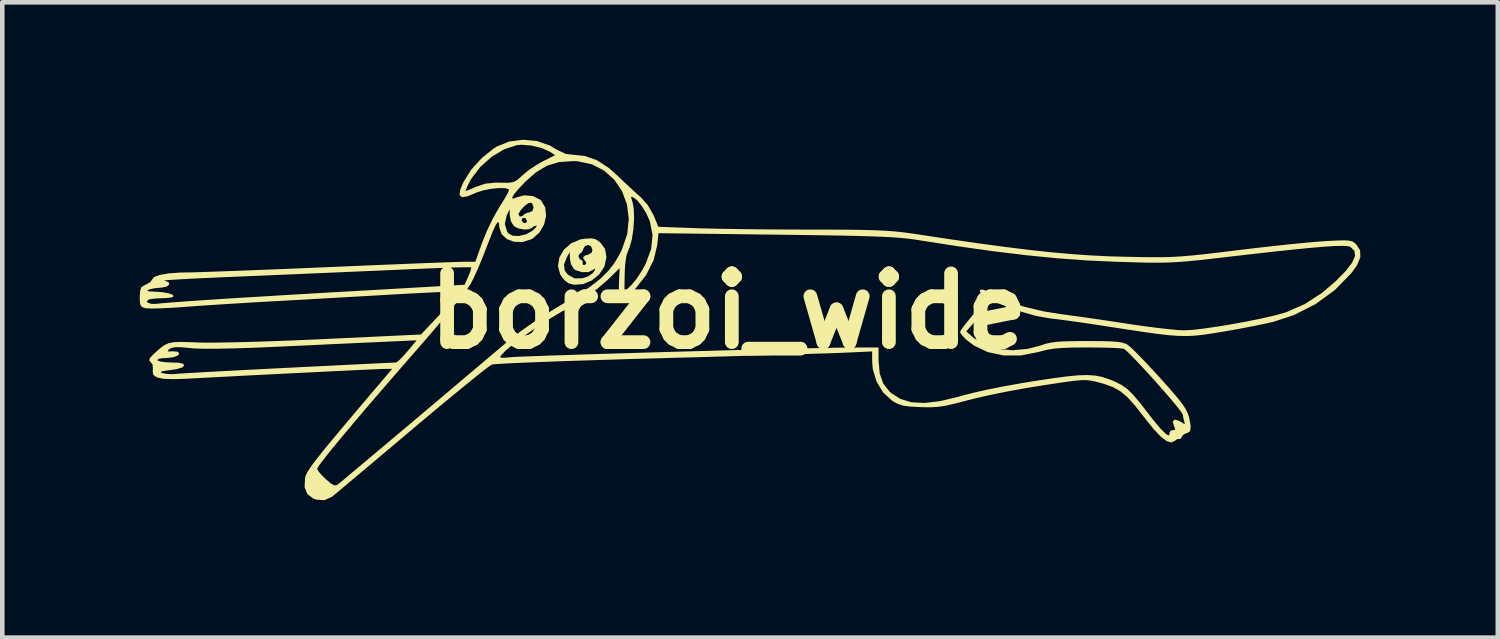
<source format=kicad_pcb>
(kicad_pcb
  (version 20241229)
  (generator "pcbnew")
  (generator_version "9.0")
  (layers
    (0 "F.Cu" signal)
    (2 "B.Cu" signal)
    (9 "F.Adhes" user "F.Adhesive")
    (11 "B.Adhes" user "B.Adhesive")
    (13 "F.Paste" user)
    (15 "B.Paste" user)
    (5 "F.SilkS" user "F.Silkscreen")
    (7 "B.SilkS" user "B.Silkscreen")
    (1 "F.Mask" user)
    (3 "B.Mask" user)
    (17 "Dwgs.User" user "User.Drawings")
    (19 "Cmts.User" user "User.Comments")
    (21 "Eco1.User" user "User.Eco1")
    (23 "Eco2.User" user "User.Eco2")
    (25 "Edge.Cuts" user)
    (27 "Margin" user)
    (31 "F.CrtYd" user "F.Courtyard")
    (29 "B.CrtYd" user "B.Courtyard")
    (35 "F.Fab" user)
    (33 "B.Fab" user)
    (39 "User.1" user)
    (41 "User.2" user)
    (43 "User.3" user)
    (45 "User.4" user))
  (footprint "borzoi_wide"
    (layer "F.Cu")
    (at 12.852 3.739)
    (property "Reference" "borzoi_wide" (at 0 0 0) (layer "F.SilkS") (effects (font (size 1.5 1.5) (thickness 0.3))))
    (attr board_only exclude_from_pos_files exclude_from_bom)
    (fp_poly (pts (xy -2.893 -1.564) (xy -2.808 -1.502) (xy -2.787 -1.481) (xy -2.696 -1.355) (xy -2.667 -1.196) (xy -2.666 -1.17) (xy -2.708 -0.974) (xy -2.821 -0.802) (xy -2.983 -0.669) (xy -3.174 -0.588) (xy -3.373 -0.574) (xy -3.494 -0.606) (xy -3.585 -0.677) (xy -3.669 -0.79) (xy -3.675 -0.8) (xy -3.723 -0.985) (xy -3.719 -1.011) (xy -3.593 -1.011) (xy -3.574 -0.882) (xy -3.508 -0.795) (xy -3.365 -0.714) (xy -3.188 -0.715) (xy -3.069 -0.755) (xy -2.971 -0.821) (xy -2.923 -0.883) (xy -2.912 -0.932) (xy -2.951 -0.903) (xy -2.954 -0.9) (xy -3.06 -0.851) (xy -3.202 -0.849) (xy -3.335 -0.89) (xy -3.376 -0.919) (xy -3.439 -1.021) (xy -3.463 -1.142) (xy -3.464 -1.193) (xy -3.274 -1.193) (xy -3.249 -1.131) (xy -3.228 -1.123) (xy -3.186 -1.096) (xy -3.186 -1.088) (xy -3.181 -1.008) (xy -3.133 -1.006) (xy -3.13 -1.008) (xy -3.104 -1.055) (xy -3.13 -1.091) (xy -3.178 -1.165) (xy -3.137 -1.21) (xy -3.076 -1.225) (xy -2.988 -1.271) (xy -2.97 -1.333) (xy -3.002 -1.416) (xy -3.073 -1.443) (xy -3.142 -1.409) (xy -3.166 -1.361) (xy -3.203 -1.283) (xy -3.233 -1.263) (xy -3.27 -1.225) (xy -3.274 -1.193) (xy -3.464 -1.193) (xy -3.465 -1.286) (xy -3.532 -1.169) (xy -3.593 -1.011) (xy -3.719 -1.011) (xy -3.692 -1.171) (xy -3.592 -1.341) (xy -3.437 -1.477) (xy -3.239 -1.562) (xy -3.14 -1.579) (xy -2.99 -1.587)) (stroke (width 0) (type solid)) (fill yes) (layer "F.SilkS"))
    (fp_poly (pts (xy -4.182 -3.71) (xy -3.901 -3.614) (xy -3.757 -3.526) (xy -3.555 -3.43) (xy -3.426 -3.415) (xy -3.135 -3.385) (xy -2.869 -3.29) (xy -2.609 -3.12) (xy -2.423 -2.954) (xy -2.258 -2.796) (xy -2.093 -2.643) (xy -1.958 -2.521) (xy -1.92 -2.489) (xy -1.764 -2.315) (xy -1.641 -2.1) (xy -1.635 -2.087) (xy -1.532 -1.839) (xy -0.689 -1.808) (xy -0.43 -1.801) (xy -0.098 -1.794) (xy 0.29 -1.788) (xy 0.714 -1.783) (xy 1.155 -1.78) (xy 1.594 -1.778) (xy 1.803 -1.778) (xy 2.263 -1.777) (xy 2.643 -1.775) (xy 2.955 -1.77) (xy 3.215 -1.763) (xy 3.434 -1.752) (xy 3.627 -1.738) (xy 3.806 -1.719) (xy 3.985 -1.695) (xy 4.076 -1.682) (xy 4.809 -1.571) (xy 5.461 -1.477) (xy 6.042 -1.399) (xy 6.565 -1.334) (xy 7.04 -1.283) (xy 7.477 -1.244) (xy 7.888 -1.215) (xy 8.284 -1.195) (xy 8.607 -1.186) (xy 8.942 -1.179) (xy 9.22 -1.175) (xy 9.458 -1.175) (xy 9.676 -1.181) (xy 9.893 -1.194) (xy 10.127 -1.214) (xy 10.397 -1.242) (xy 10.723 -1.28) (xy 11.122 -1.329) (xy 11.123 -1.329) (xy 11.504 -1.375) (xy 11.886 -1.418) (xy 12.248 -1.457) (xy 12.575 -1.489) (xy 12.845 -1.513) (xy 13.042 -1.527) (xy 13.046 -1.528) (xy 13.282 -1.539) (xy 13.444 -1.543) (xy 13.55 -1.536) (xy 13.619 -1.518) (xy 13.669 -1.485) (xy 13.699 -1.457) (xy 13.785 -1.325) (xy 13.791 -1.174) (xy 13.716 -0.996) (xy 13.598 -0.832) (xy 13.235 -0.459) (xy 12.809 -0.149) (xy 12.334 0.091) (xy 11.892 0.235) (xy 11.713 0.276) (xy 11.47 0.326) (xy 11.19 0.38) (xy 10.901 0.432) (xy 10.806 0.448) (xy 10.564 0.488) (xy 10.359 0.518) (xy 10.174 0.538) (xy 9.994 0.546) (xy 9.806 0.542) (xy 9.594 0.526) (xy 9.343 0.497) (xy 9.039 0.454) (xy 8.666 0.398) (xy 8.397 0.356) (xy 8.072 0.306) (xy 7.755 0.259) (xy 7.466 0.218) (xy 7.224 0.185) (xy 7.05 0.164) (xy 7.017 0.161) (xy 6.717 0.108) (xy 6.356 0.005) (xy 5.948 -0.144) (xy 5.792 -0.208) (xy 5.714 -0.204) (xy 5.656 -0.132) (xy 5.595 -0.04) (xy 5.495 0.09) (xy 5.393 0.21) (xy 5.188 0.444) (xy 5.355 0.591) (xy 5.587 0.736) (xy 5.874 0.825) (xy 6.195 0.856) (xy 6.529 0.826) (xy 6.802 0.754) (xy 6.921 0.715) (xy 7.043 0.688) (xy 7.186 0.67) (xy 7.37 0.66) (xy 7.615 0.656) (xy 7.831 0.655) (xy 8.124 0.657) (xy 8.339 0.662) (xy 8.492 0.673) (xy 8.597 0.69) (xy 8.672 0.715) (xy 8.712 0.737) (xy 8.784 0.797) (xy 8.905 0.915) (xy 9.063 1.077) (xy 9.245 1.27) (xy 9.42 1.461) (xy 9.632 1.699) (xy 9.789 1.881) (xy 9.901 2.022) (xy 9.975 2.134) (xy 10.023 2.23) (xy 10.053 2.322) (xy 10.056 2.336) (xy 10.088 2.515) (xy 10.075 2.621) (xy 10.016 2.664) (xy 9.989 2.666) (xy 9.921 2.704) (xy 9.897 2.743) (xy 9.86 2.795) (xy 9.84 2.792) (xy 9.79 2.797) (xy 9.744 2.832) (xy 9.665 2.869) (xy 9.563 2.839) (xy 9.432 2.739) (xy 9.268 2.564) (xy 9.066 2.311) (xy 9.055 2.297) (xy 8.865 2.055) (xy 8.704 1.878) (xy 8.553 1.752) (xy 8.393 1.662) (xy 8.205 1.593) (xy 8.085 1.559) (xy 7.982 1.533) (xy 7.892 1.516) (xy 7.8 1.508) (xy 7.689 1.51) (xy 7.545 1.523) (xy 7.353 1.548) (xy 7.097 1.586) (xy 6.803 1.631) (xy 6.461 1.687) (xy 6.103 1.753) (xy 5.757 1.822) (xy 5.451 1.89) (xy 5.219 1.948) (xy 4.952 2.018) (xy 4.748 2.064) (xy 4.577 2.091) (xy 4.412 2.101) (xy 4.226 2.099) (xy 4.186 2.097) (xy 3.971 2.086) (xy 3.821 2.067) (xy 3.708 2.033) (xy 3.604 1.978) (xy 3.56 1.95) (xy 3.371 1.773) (xy 3.229 1.536) (xy 3.148 1.267) (xy 3.135 1.108) (xy 3.134 0.882) (xy 2.491 0.911) (xy 2.337 0.917) (xy 2.099 0.925) (xy 1.786 0.935) (xy 1.407 0.947) (xy 0.971 0.96) (xy 0.488 0.974) (xy -0.034 0.989) (xy -0.585 1.005) (xy -1.155 1.02) (xy -1.604 1.033) (xy -2.166 1.048) (xy -2.703 1.065) (xy -3.207 1.081) (xy -3.67 1.096) (xy -4.085 1.112) (xy -4.444 1.126) (xy -4.74 1.139) (xy -4.964 1.151) (xy -5.11 1.161) (xy -5.168 1.169) (xy -5.226 1.207) (xy -5.348 1.3) (xy -5.525 1.441) (xy -5.751 1.624) (xy -6.017 1.842) (xy -6.317 2.09) (xy -6.642 2.361) (xy -6.933 2.606) (xy -7.271 2.892) (xy -7.59 3.16) (xy -7.881 3.405) (xy -8.136 3.619) (xy -8.349 3.798) (xy -8.511 3.934) (xy -8.616 4.021) (xy -8.654 4.052) (xy -8.821 4.129) (xy -9.002 4.116) (xy -9.061 4.094) (xy -9.195 3.994) (xy -9.254 3.841) (xy -9.243 3.637) (xy -9.227 3.585) (xy -9.195 3.519) (xy -9.148 3.444) (xy -8.98 3.444) (xy -8.948 3.503) (xy -8.866 3.597) (xy -8.791 3.669) (xy -8.676 3.767) (xy -8.602 3.806) (xy -8.546 3.797) (xy -8.522 3.78) (xy -8.47 3.738) (xy -8.355 3.642) (xy -8.184 3.498) (xy -7.965 3.315) (xy -7.706 3.098) (xy -7.416 2.854) (xy -7.101 2.589) (xy -6.946 2.459) (xy -6.6 2.167) (xy -6.255 1.876) (xy -5.923 1.595) (xy -5.614 1.334) (xy -5.339 1.102) (xy -5.219 1.001) (xy -4.985 1.001) (xy -4.965 1.02) (xy -4.882 1.02) (xy -4.745 1.007) (xy -4.652 1.001) (xy -4.475 0.993) (xy -4.222 0.984) (xy -3.903 0.972) (xy -3.527 0.96) (xy -3.103 0.946) (xy -2.64 0.932) (xy -2.148 0.917) (xy -1.634 0.902) (xy -1.109 0.887) (xy -0.581 0.873) (xy -0.06 0.858) (xy 0.445 0.845) (xy 0.926 0.833) (xy 1.373 0.822) (xy 1.777 0.812) (xy 2.128 0.805) (xy 2.419 0.799) (xy 2.64 0.796) (xy 2.748 0.795) (xy 3.274 0.795) (xy 3.274 1.077) (xy 3.299 1.362) (xy 3.377 1.583) (xy 3.516 1.759) (xy 3.55 1.79) (xy 3.752 1.919) (xy 3.991 1.991) (xy 4.275 2.007) (xy 4.614 1.967) (xy 5.017 1.871) (xy 5.088 1.85) (xy 5.332 1.787) (xy 5.645 1.716) (xy 6.006 1.644) (xy 6.392 1.575) (xy 6.689 1.526) (xy 7.076 1.468) (xy 7.385 1.427) (xy 7.632 1.403) (xy 7.832 1.397) (xy 7.998 1.408) (xy 8.147 1.436) (xy 8.292 1.483) (xy 8.433 1.54) (xy 8.578 1.613) (xy 8.708 1.706) (xy 8.839 1.836) (xy 8.992 2.018) (xy 9.095 2.152) (xy 9.288 2.4) (xy 9.44 2.579) (xy 9.549 2.685) (xy 9.612 2.718) (xy 9.628 2.674) (xy 9.624 2.655) (xy 9.651 2.608) (xy 9.693 2.602) (xy 9.748 2.592) (xy 9.734 2.534) (xy 9.726 2.52) (xy 9.696 2.416) (xy 9.733 2.37) (xy 9.825 2.393) (xy 9.858 2.412) (xy 9.94 2.462) (xy 9.962 2.459) (xy 9.947 2.411) (xy 9.92 2.305) (xy 9.917 2.265) (xy 9.886 2.211) (xy 9.803 2.102) (xy 9.679 1.951) (xy 9.526 1.773) (xy 9.355 1.579) (xy 9.178 1.382) (xy 9.007 1.197) (xy 8.854 1.036) (xy 8.731 0.911) (xy 8.648 0.837) (xy 8.626 0.823) (xy 8.555 0.814) (xy 8.41 0.805) (xy 8.206 0.799) (xy 7.964 0.796) (xy 7.825 0.795) (xy 7.521 0.797) (xy 7.288 0.805) (xy 7.105 0.821) (xy 6.95 0.846) (xy 6.801 0.884) (xy 6.765 0.894) (xy 6.38 0.97) (xy 6.007 0.97) (xy 5.66 0.897) (xy 5.355 0.753) (xy 5.181 0.618) (xy 5.097 0.53) (xy 5.054 0.465) (xy 5.052 0.458) (xy 5.08 0.406) (xy 5.156 0.303) (xy 5.265 0.168) (xy 5.309 0.115) (xy 5.449 -0.057) (xy 5.531 -0.177) (xy 5.56 -0.261) (xy 5.544 -0.325) (xy 5.514 -0.361) (xy 5.485 -0.433) (xy 5.493 -0.462) (xy 5.55 -0.47) (xy 5.668 -0.422) (xy 5.745 -0.379) (xy 6.057 -0.228) (xy 6.44 -0.098) (xy 6.87 0.006) (xy 7.25 0.067) (xy 7.475 0.097) (xy 7.766 0.137) (xy 8.095 0.185) (xy 8.435 0.236) (xy 8.71 0.278) (xy 9.017 0.323) (xy 9.314 0.362) (xy 9.581 0.393) (xy 9.797 0.414) (xy 9.941 0.421) (xy 10.125 0.411) (xy 10.379 0.382) (xy 10.68 0.338) (xy 11.006 0.284) (xy 11.336 0.223) (xy 11.649 0.159) (xy 11.921 0.097) (xy 12.132 0.038) (xy 12.174 0.025) (xy 12.576 -0.151) (xy 12.953 -0.396) (xy 13.251 -0.65) (xy 13.472 -0.875) (xy 13.612 -1.058) (xy 13.675 -1.204) (xy 13.66 -1.317) (xy 13.571 -1.4) (xy 13.566 -1.403) (xy 13.505 -1.418) (xy 13.393 -1.423) (xy 13.224 -1.419) (xy 12.993 -1.404) (xy 12.693 -1.378) (xy 12.32 -1.341) (xy 11.867 -1.293) (xy 11.331 -1.232) (xy 11.016 -1.196) (xy 10.623 -1.15) (xy 10.303 -1.114) (xy 10.039 -1.088) (xy 9.81 -1.07) (xy 9.597 -1.059) (xy 9.383 -1.055) (xy 9.147 -1.056) (xy 8.87 -1.063) (xy 8.534 -1.073) (xy 8.443 -1.076) (xy 7.823 -1.104) (xy 7.181 -1.151) (xy 6.501 -1.218) (xy 5.772 -1.306) (xy 4.979 -1.418) (xy 4.179 -1.543) (xy 4.043 -1.564) (xy 3.902 -1.582) (xy 3.747 -1.597) (xy 3.568 -1.61) (xy 3.358 -1.621) (xy 3.107 -1.63) (xy 2.806 -1.639) (xy 2.446 -1.647) (xy 2.018 -1.654) (xy 1.513 -1.661) (xy 1.041 -1.667) (xy -1.529 -1.699) (xy -1.556 -1.441) (xy -1.635 -1.111) (xy -1.799 -0.785) (xy -2.042 -0.476) (xy -2.056 -0.461) (xy -2.205 -0.318) (xy -2.306 -0.253) (xy -2.366 -0.271) (xy -2.393 -0.373) (xy -2.393 -0.421) (xy -2.273 -0.421) (xy -2.116 -0.573) (xy -2.013 -0.696) (xy -1.9 -0.866) (xy -1.81 -1.028) (xy -1.689 -1.354) (xy -1.659 -1.662) (xy -1.718 -1.96) (xy -1.8 -2.141) (xy -1.891 -2.287) (xy -1.985 -2.406) (xy -2.039 -2.454) (xy -2.111 -2.497) (xy -2.128 -2.482) (xy -2.101 -2.395) (xy -2.096 -2.381) (xy -2.068 -2.224) (xy -2.062 -2.011) (xy -2.078 -1.777) (xy -2.112 -1.558) (xy -2.161 -1.387) (xy -2.175 -1.357) (xy -2.229 -1.21) (xy -2.258 -1.009) (xy -2.267 -0.807) (xy -2.273 -0.421) (xy -2.393 -0.421) (xy -2.394 -0.563) (xy -2.393 -0.602) (xy -2.376 -0.937) (xy -2.651 -0.668) (xy -2.877 -0.475) (xy -3.187 -0.26) (xy -3.576 -0.026) (xy -3.882 0.157) (xy -4.18 0.348) (xy -4.454 0.537) (xy -4.688 0.714) (xy -4.868 0.866) (xy -4.959 0.96) (xy -4.985 1.001) (xy -5.219 1.001) (xy -5.112 0.91) (xy -4.942 0.766) (xy -4.915 0.742) (xy -4.545 0.447) (xy -4.147 0.168) (xy -3.69 -0.113) (xy -3.643 -0.14) (xy -3.293 -0.351) (xy -3.014 -0.536) (xy -2.796 -0.706) (xy -2.625 -0.875) (xy -2.487 -1.053) (xy -2.371 -1.253) (xy -2.326 -1.346) (xy -2.212 -1.68) (xy -2.178 -2.011) (xy -2.217 -2.326) (xy -2.324 -2.614) (xy -2.491 -2.863) (xy -2.713 -3.064) (xy -2.983 -3.203) (xy -3.295 -3.269) (xy -3.395 -3.273) (xy -3.701 -3.251) (xy -3.962 -3.172) (xy -4.204 -3.028) (xy -4.432 -2.826) (xy -4.587 -2.664) (xy -4.686 -2.543) (xy -4.726 -2.47) (xy -4.704 -2.449) (xy -4.634 -2.478) (xy -4.459 -2.526) (xy -4.273 -2.51) (xy -4.115 -2.433) (xy -4.091 -2.411) (xy -4.002 -2.262) (xy -3.982 -2.081) (xy -4.025 -1.891) (xy -4.124 -1.718) (xy -4.273 -1.584) (xy -4.306 -1.566) (xy -4.494 -1.506) (xy -4.679 -1.511) (xy -4.839 -1.571) (xy -4.955 -1.68) (xy -5.005 -1.829) (xy -5.005 -1.848) (xy -5.01 -1.899) (xy -4.883 -1.899) (xy -4.833 -1.734) (xy -4.807 -1.696) (xy -4.712 -1.644) (xy -4.571 -1.639) (xy -4.416 -1.676) (xy -4.28 -1.753) (xy -4.28 -1.753) (xy -4.205 -1.825) (xy -4.186 -1.866) (xy -4.195 -1.869) (xy -4.27 -1.837) (xy -4.28 -1.824) (xy -4.352 -1.785) (xy -4.47 -1.78) (xy -4.597 -1.806) (xy -4.686 -1.855) (xy -4.749 -1.957) (xy -4.754 -1.98) (xy -4.518 -1.98) (xy -4.48 -1.929) (xy -4.441 -1.918) (xy -4.398 -1.949) (xy -4.397 -1.957) (xy -4.428 -2.025) (xy -4.491 -2.034) (xy -4.498 -2.03) (xy -4.518 -1.98) (xy -4.754 -1.98) (xy -4.775 -2.077) (xy -4.776 -2.107) (xy -4.584 -2.107) (xy -4.555 -2.062) (xy -4.495 -2.075) (xy -4.467 -2.105) (xy -4.401 -2.144) (xy -4.348 -2.152) (xy -4.278 -2.187) (xy -4.255 -2.266) (xy -4.285 -2.346) (xy -4.308 -2.365) (xy -4.368 -2.355) (xy -4.452 -2.294) (xy -4.532 -2.209) (xy -4.58 -2.129) (xy -4.584 -2.107) (xy -4.776 -2.107) (xy -4.779 -2.222) (xy -4.843 -2.082) (xy -4.883 -1.899) (xy -5.01 -1.899) (xy -5.013 -1.93) (xy -5.037 -1.941) (xy -5.082 -1.877) (xy -5.148 -1.733) (xy -5.238 -1.506) (xy -5.284 -1.386) (xy -5.378 -1.146) (xy -5.477 -0.911) (xy -5.569 -0.709) (xy -5.631 -0.589) (xy -5.697 -0.49) (xy -5.817 -0.333) (xy -5.982 -0.127) (xy -6.183 0.118) (xy -6.412 0.39) (xy -6.66 0.678) (xy -6.812 0.853) (xy -7.213 1.313) (xy -7.583 1.74) (xy -7.918 2.129) (xy -8.213 2.478) (xy -8.467 2.78) (xy -8.674 3.031) (xy -8.83 3.228) (xy -8.933 3.364) (xy -8.978 3.437) (xy -8.98 3.444) (xy -9.148 3.444) (xy -9.14 3.432) (xy -9.058 3.318) (xy -8.944 3.171) (xy -8.793 2.982) (xy -8.598 2.747) (xy -8.357 2.459) (xy -8.062 2.11) (xy -7.849 1.859) (xy -7.342 1.263) (xy -7.495 1.263) (xy -7.572 1.265) (xy -7.731 1.272) (xy -7.961 1.282) (xy -8.249 1.296) (xy -8.585 1.312) (xy -8.956 1.33) (xy -9.352 1.35) (xy -9.761 1.37) (xy -10.172 1.391) (xy -10.572 1.411) (xy -10.951 1.431) (xy -11.296 1.449) (xy -11.597 1.465) (xy -11.811 1.477) (xy -12.115 1.487) (xy -12.335 1.479) (xy -12.478 1.448) (xy -12.554 1.395) (xy -12.57 1.316) (xy -12.565 1.291) (xy -12.571 1.17) (xy -12.609 1.12) (xy -12.646 1.075) (xy -12.645 1.072) (xy -12.468 1.072) (xy -12.466 1.076) (xy -12.407 1.101) (xy -12.284 1.118) (xy -12.159 1.123) (xy -11.993 1.129) (xy -11.905 1.151) (xy -11.881 1.187) (xy -11.923 1.232) (xy -12.052 1.269) (xy -12.174 1.287) (xy -12.325 1.308) (xy -12.392 1.326) (xy -12.385 1.345) (xy -12.349 1.358) (xy -12.213 1.378) (xy -12.092 1.375) (xy -12.018 1.368) (xy -11.861 1.358) (xy -11.629 1.345) (xy -11.333 1.328) (xy -10.981 1.309) (xy -10.585 1.288) (xy -10.152 1.266) (xy -9.692 1.242) (xy -9.623 1.239) (xy -9.165 1.216) (xy -8.735 1.195) (xy -8.342 1.175) (xy -7.996 1.158) (xy -7.705 1.144) (xy -7.479 1.133) (xy -7.327 1.126) (xy -7.257 1.123) (xy -7.253 1.123) (xy -7.205 1.089) (xy -7.117 1.002) (xy -7.01 0.881) (xy -6.808 0.639) (xy -7.485 0.67) (xy -7.701 0.68) (xy -7.993 0.693) (xy -8.343 0.709) (xy -8.734 0.727) (xy -9.148 0.747) (xy -9.569 0.766) (xy -9.776 0.776) (xy -10.328 0.8) (xy -10.79 0.815) (xy -11.166 0.823) (xy -11.458 0.823) (xy -11.672 0.816) (xy -11.755 0.808) (xy -11.956 0.789) (xy -12.087 0.789) (xy -12.169 0.809) (xy -12.2 0.829) (xy -12.245 0.872) (xy -12.216 0.884) (xy -12.143 0.879) (xy -12.04 0.885) (xy -11.989 0.918) (xy -12.014 0.969) (xy -12.115 1.007) (xy -12.275 1.027) (xy -12.34 1.028) (xy -12.44 1.041) (xy -12.468 1.072) (xy -12.645 1.072) (xy -12.629 1.023) (xy -12.548 0.94) (xy -12.539 0.931) (xy -12.419 0.823) (xy -12.321 0.749) (xy -12.225 0.703) (xy -12.109 0.68) (xy -11.952 0.674) (xy -11.735 0.68) (xy -11.582 0.686) (xy -11.385 0.69) (xy -11.107 0.688) (xy -10.758 0.682) (xy -10.349 0.671) (xy -9.893 0.656) (xy -9.401 0.637) (xy -8.883 0.614) (xy -8.841 0.612) (xy -6.713 0.512) (xy -6.394 0.174) (xy -6.246 0.014) (xy -6.112 -0.136) (xy -6.013 -0.252) (xy -5.982 -0.292) (xy -5.888 -0.421) (xy -6.09 -0.421) (xy -6.192 -0.418) (xy -6.372 -0.411) (xy -6.614 -0.399) (xy -6.905 -0.384) (xy -7.227 -0.367) (xy -7.484 -0.352) (xy -7.892 -0.328) (xy -8.36 -0.302) (xy -8.854 -0.274) (xy -9.342 -0.246) (xy -9.791 -0.221) (xy -9.94 -0.213) (xy -10.323 -0.191) (xy -10.718 -0.167) (xy -11.104 -0.143) (xy -11.457 -0.12) (xy -11.754 -0.099) (xy -11.908 -0.087) (xy -12.164 -0.07) (xy -12.396 -0.059) (xy -12.583 -0.055) (xy -12.706 -0.059) (xy -12.734 -0.063) (xy -12.808 -0.091) (xy -12.843 -0.147) (xy -12.849 -0.214) (xy -12.7 -0.214) (xy -12.673 -0.18) (xy -12.595 -0.157) (xy -12.484 -0.157) (xy -12.466 -0.16) (xy -12.381 -0.169) (xy -12.217 -0.183) (xy -11.99 -0.2) (xy -11.714 -0.22) (xy -11.404 -0.241) (xy -11.203 -0.254) (xy -10.868 -0.276) (xy -10.462 -0.301) (xy -10.008 -0.328) (xy -9.529 -0.357) (xy -9.048 -0.385) (xy -8.588 -0.412) (xy -8.443 -0.42) (xy -8.034 -0.443) (xy -7.63 -0.466) (xy -7.247 -0.488) (xy -6.902 -0.508) (xy -6.609 -0.525) (xy -6.384 -0.538) (xy -6.284 -0.543) (xy -5.762 -0.574) (xy -5.68 -0.755) (xy -5.634 -0.87) (xy -5.616 -0.943) (xy -5.618 -0.953) (xy -5.668 -0.956) (xy -5.797 -0.955) (xy -5.99 -0.951) (xy -6.233 -0.942) (xy -6.509 -0.931) (xy -6.525 -0.931) (xy -7.257 -0.899) (xy -8.07 -0.864) (xy -8.95 -0.826) (xy -9.886 -0.786) (xy -10.863 -0.745) (xy -11.016 -0.739) (xy -11.361 -0.723) (xy -11.669 -0.709) (xy -11.929 -0.695) (xy -12.13 -0.683) (xy -12.263 -0.673) (xy -12.317 -0.666) (xy -12.314 -0.664) (xy -12.221 -0.63) (xy -12.207 -0.58) (xy -12.261 -0.534) (xy -12.376 -0.511) (xy -12.384 -0.511) (xy -12.528 -0.498) (xy -12.644 -0.471) (xy -12.653 -0.468) (xy -12.69 -0.443) (xy -12.65 -0.429) (xy -12.536 -0.424) (xy -12.352 -0.411) (xy -12.214 -0.386) (xy -12.131 -0.354) (xy -12.111 -0.321) (xy -12.164 -0.295) (xy -12.296 -0.281) (xy -12.345 -0.281) (xy -12.497 -0.275) (xy -12.619 -0.26) (xy -12.653 -0.251) (xy -12.7 -0.214) (xy -12.849 -0.214) (xy -12.852 -0.257) (xy -12.852 -0.311) (xy -12.843 -0.448) (xy -12.813 -0.523) (xy -12.743 -0.567) (xy -12.716 -0.578) (xy -12.622 -0.631) (xy -12.583 -0.686) (xy -12.539 -0.742) (xy -12.413 -0.788) (xy -12.22 -0.822) (xy -11.971 -0.84) (xy -11.835 -0.842) (xy -11.714 -0.844) (xy -11.51 -0.85) (xy -11.233 -0.86) (xy -10.891 -0.872) (xy -10.496 -0.887) (xy -10.056 -0.904) (xy -9.583 -0.923) (xy -9.085 -0.944) (xy -8.724 -0.959) (xy -8.221 -0.981) (xy -7.74 -1.001) (xy -7.29 -1.019) (xy -6.881 -1.036) (xy -6.521 -1.05) (xy -6.22 -1.061) (xy -5.987 -1.069) (xy -5.831 -1.074) (xy -5.769 -1.076) (xy -5.527 -1.076) (xy -5.374 -1.505) (xy -5.275 -1.747) (xy -5.151 -2.006) (xy -5.023 -2.235) (xy -4.993 -2.282) (xy -4.895 -2.439) (xy -4.824 -2.565) (xy -4.791 -2.642) (xy -4.791 -2.655) (xy -4.869 -2.681) (xy -5.008 -2.684) (xy -5.179 -2.668) (xy -5.351 -2.635) (xy -5.496 -2.589) (xy -5.517 -2.579) (xy -5.704 -2.502) (xy -5.821 -2.485) (xy -5.871 -2.533) (xy -5.859 -2.629) (xy -5.738 -2.629) (xy -5.737 -2.62) (xy -5.687 -2.637) (xy -5.581 -2.681) (xy -5.5 -2.716) (xy -5.305 -2.781) (xy -5.087 -2.803) (xy -4.978 -2.802) (xy -4.81 -2.799) (xy -4.701 -2.813) (xy -4.617 -2.856) (xy -4.523 -2.939) (xy -4.501 -2.96) (xy -4.359 -3.077) (xy -4.179 -3.197) (xy -4.056 -3.266) (xy -3.786 -3.402) (xy -3.901 -3.478) (xy -4.079 -3.558) (xy -4.301 -3.612) (xy -4.521 -3.63) (xy -4.624 -3.62) (xy -4.9 -3.529) (xy -5.172 -3.365) (xy -5.418 -3.146) (xy -5.612 -2.892) (xy -5.658 -2.811) (xy -5.712 -2.698) (xy -5.738 -2.629) (xy -5.859 -2.629) (xy -5.857 -2.647) (xy -5.783 -2.821) (xy -5.614 -3.089) (xy -5.383 -3.343) (xy -5.122 -3.551) (xy -5.062 -3.589) (xy -4.79 -3.699) (xy -4.487 -3.739)) (stroke (width 0) (type solid)) (fill yes) (layer "F.SilkS")))
  (gr_rect
    (start -3 -3)
    (end 29.643 10.868)
    (stroke (width 0.1) (type default))
    (fill no)
    (layer "Edge.Cuts")))
</source>
